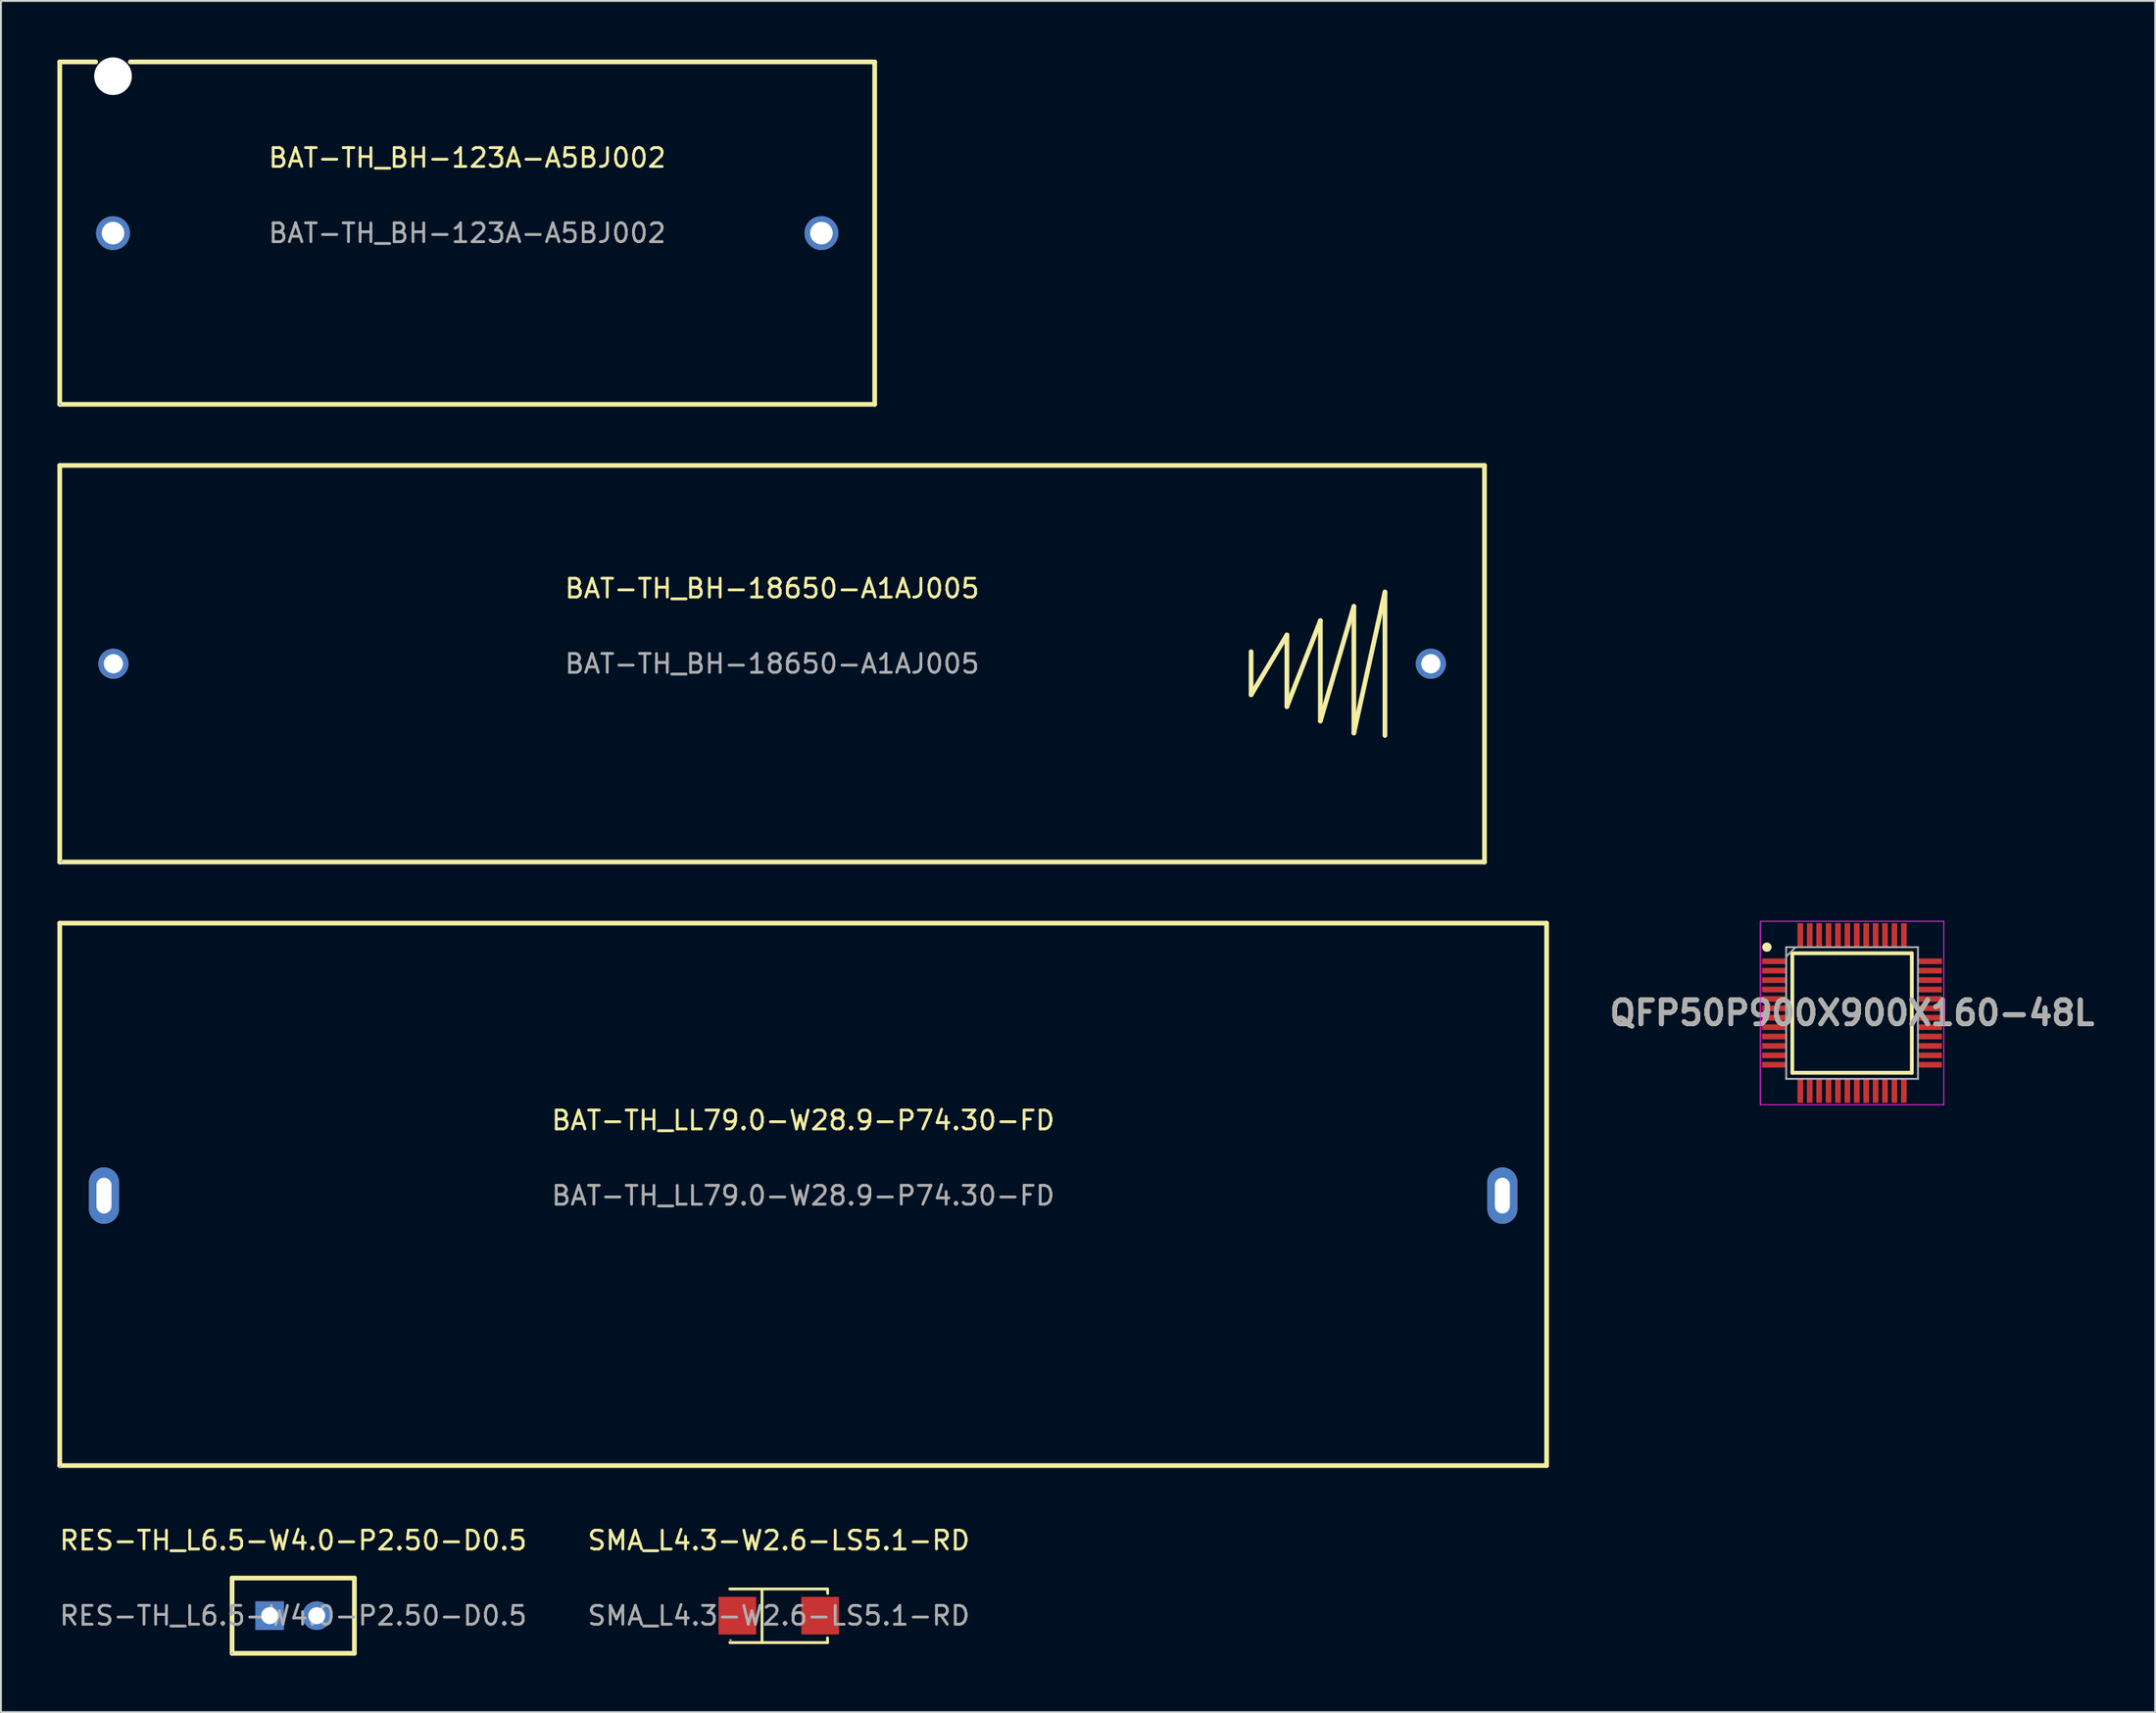
<source format=kicad_pcb>
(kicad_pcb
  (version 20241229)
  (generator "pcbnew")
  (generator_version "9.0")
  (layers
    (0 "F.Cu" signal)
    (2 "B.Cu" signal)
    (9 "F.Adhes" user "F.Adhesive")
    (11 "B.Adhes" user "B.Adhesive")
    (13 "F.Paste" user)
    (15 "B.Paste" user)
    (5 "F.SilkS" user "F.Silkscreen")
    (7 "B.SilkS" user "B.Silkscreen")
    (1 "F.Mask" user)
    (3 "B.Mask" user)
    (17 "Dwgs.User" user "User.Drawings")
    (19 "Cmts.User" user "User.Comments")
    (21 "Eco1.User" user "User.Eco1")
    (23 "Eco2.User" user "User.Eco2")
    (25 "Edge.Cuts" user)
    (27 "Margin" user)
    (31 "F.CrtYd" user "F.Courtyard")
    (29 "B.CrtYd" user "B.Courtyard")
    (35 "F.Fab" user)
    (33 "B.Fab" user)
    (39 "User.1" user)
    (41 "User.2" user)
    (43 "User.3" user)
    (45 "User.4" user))
  (footprint "BAT-TH_LL79.0-W28.9-P74.30-FD"
    (layer "F.Cu")
    (at 39.625 60.5)
    (property "Reference" "BAT-TH_LL79.0-W28.9-P74.30-FD" (at 0 -4 0) (layer "F.SilkS") (effects (font (size 1 1) (thickness 0.15))))
    (attr through_hole)
    (fp_line (start -39.5 -14.48) (end 39.5 -14.48) (stroke (width 0.25) (type solid)) (layer "F.SilkS"))
    (fp_line (start -39.5 14.35) (end -39.5 -14.48) (stroke (width 0.25) (type solid)) (layer "F.SilkS"))
    (fp_line (start 39.5 -14.48) (end 39.5 14.35) (stroke (width 0.25) (type solid)) (layer "F.SilkS"))
    (fp_line (start 39.5 14.35) (end -39.5 14.35) (stroke (width 0.25) (type solid)) (layer "F.SilkS"))
    (fp_circle (center -39.5 14.42) (end -39.47 14.42) (stroke (width 0.06) (type solid)) (fill no) (layer "F.Fab"))
    (fp_text user "${REFERENCE}" (at 0 0 0) (layer "F.Fab") (effects (font (size 1 1) (thickness 0.15))))
    (pad "1" thru_hole oval (at -37.15 0) (size 1.6 3) (drill oval 0.8 1.9) (layers "*.Cu" "*.Mask"))
    (pad "2" thru_hole oval (at 37.15 0) (size 1.6 3) (drill oval 0.8 1.9) (layers "*.Cu" "*.Mask")))
  (footprint "BAT-TH_BH-123A-A5BJ002"
    (layer "F.Cu")
    (at 21.775 9.34)
    (property "Reference" "BAT-TH_BH-123A-A5BJ002" (at 0 -4 0) (layer "F.SilkS") (effects (font (size 1 1) (thickness 0.15))))
    (attr through_hole)
    (fp_line (start -21.65 -9.1) (end -21.65 9.1) (stroke (width 0.25) (type solid)) (layer "F.SilkS"))
    (fp_line (start -21.65 9.1) (end 21.65 9.1) (stroke (width 0.25) (type solid)) (layer "F.SilkS"))
    (fp_line (start -19.74 -9.1) (end -21.65 -9.1) (stroke (width 0.25) (type solid)) (layer "F.SilkS"))
    (fp_line (start 21.65 -9.1) (end -17.9 -9.1) (stroke (width 0.25) (type solid)) (layer "F.SilkS"))
    (fp_line (start 21.65 9.1) (end 21.65 -9.1) (stroke (width 0.25) (type solid)) (layer "F.SilkS"))
    (fp_circle (center -21.64 9.09) (end -21.61 9.09) (stroke (width 0.06) (type solid)) (fill no) (layer "F.Fab"))
    (fp_circle (center -18.82 -8.34) (end -18.47 -8.34) (stroke (width 0.7) (type solid)) (fill no) (layer "User.1"))
    (fp_text user "${REFERENCE}" (at 0 0 0) (layer "F.Fab") (effects (font (size 1 1) (thickness 0.15))))
    (pad "" np_thru_hole circle (at -18.82 -8.34) (size 2 2) (drill 2) (layers "*.Cu" "*.Mask"))
    (pad "1" thru_hole circle (at -18.82 0) (size 1.8 1.8) (drill 1.2) (layers "*.Cu" "*.Mask"))
    (pad "2" thru_hole circle (at 18.82 0) (size 1.8 1.8) (drill 1.2) (layers "*.Cu" "*.Mask")))
  (footprint "QFP50P900X900X160-48L"
    (layer "F.Cu")
    (at 95.355 50.795)
    (property "Reference" "QFP50P900X900X160-48L" (at 0 0 0) (layer "F.SilkS") (effects (font (size 1.27 1.27) (thickness 0.254))))
    (attr smd)
    (fp_line (start -3.175 -3.175) (end 3.175 -3.175) (stroke (width 0.2) (type solid)) (layer "F.SilkS"))
    (fp_line (start -3.175 3.175) (end -3.175 -3.175) (stroke (width 0.2) (type solid)) (layer "F.SilkS"))
    (fp_line (start 3.175 -3.175) (end 3.175 3.175) (stroke (width 0.2) (type solid)) (layer "F.SilkS"))
    (fp_line (start 3.175 3.175) (end -3.175 3.175) (stroke (width 0.2) (type solid)) (layer "F.SilkS"))
    (fp_circle (center -4.525 -3.5) (end -4.525 -3.375) (stroke (width 0.25) (type solid)) (fill no) (layer "F.SilkS"))
    (fp_line (start -4.875 -4.875) (end 4.875 -4.875) (stroke (width 0.05) (type solid)) (layer "F.CrtYd"))
    (fp_line (start -4.875 4.875) (end -4.875 -4.875) (stroke (width 0.05) (type solid)) (layer "F.CrtYd"))
    (fp_line (start 4.875 -4.875) (end 4.875 4.875) (stroke (width 0.05) (type solid)) (layer "F.CrtYd"))
    (fp_line (start 4.875 4.875) (end -4.875 4.875) (stroke (width 0.05) (type solid)) (layer "F.CrtYd"))
    (fp_line (start -3.5 -3.5) (end 3.5 -3.5) (stroke (width 0.1) (type solid)) (layer "F.Fab"))
    (fp_line (start -3.5 -3) (end -3 -3.5) (stroke (width 0.1) (type solid)) (layer "F.Fab"))
    (fp_line (start -3.5 3.5) (end -3.5 -3.5) (stroke (width 0.1) (type solid)) (layer "F.Fab"))
    (fp_line (start 3.5 -3.5) (end 3.5 3.5) (stroke (width 0.1) (type solid)) (layer "F.Fab"))
    (fp_line (start 3.5 3.5) (end -3.5 3.5) (stroke (width 0.1) (type solid)) (layer "F.Fab"))
    (fp_text user "${REFERENCE}" (at 0 0 0) (layer "F.Fab") (effects (font (size 1.27 1.27) (thickness 0.254))))
    (pad "1" smd rect (at -4.15 -2.75 90) (size 0.3 1.25) (layers "F.Cu" "F.Mask" "F.Paste"))
    (pad "2" smd rect (at -4.15 -2.25 90) (size 0.3 1.25) (layers "F.Cu" "F.Mask" "F.Paste"))
    (pad "3" smd rect (at -4.15 -1.75 90) (size 0.3 1.25) (layers "F.Cu" "F.Mask" "F.Paste"))
    (pad "4" smd rect (at -4.15 -1.25 90) (size 0.3 1.25) (layers "F.Cu" "F.Mask" "F.Paste"))
    (pad "5" smd rect (at -4.15 -0.75 90) (size 0.3 1.25) (layers "F.Cu" "F.Mask" "F.Paste"))
    (pad "6" smd rect (at -4.15 -0.25 90) (size 0.3 1.25) (layers "F.Cu" "F.Mask" "F.Paste"))
    (pad "7" smd rect (at -4.15 0.25 90) (size 0.3 1.25) (layers "F.Cu" "F.Mask" "F.Paste"))
    (pad "8" smd rect (at -4.15 0.75 90) (size 0.3 1.25) (layers "F.Cu" "F.Mask" "F.Paste"))
    (pad "9" smd rect (at -4.15 1.25 90) (size 0.3 1.25) (layers "F.Cu" "F.Mask" "F.Paste"))
    (pad "10" smd rect (at -4.15 1.75 90) (size 0.3 1.25) (layers "F.Cu" "F.Mask" "F.Paste"))
    (pad "11" smd rect (at -4.15 2.25 90) (size 0.3 1.25) (layers "F.Cu" "F.Mask" "F.Paste"))
    (pad "12" smd rect (at -4.15 2.75 90) (size 0.3 1.25) (layers "F.Cu" "F.Mask" "F.Paste"))
    (pad "13" smd rect (at -2.75 4.15) (size 0.3 1.25) (layers "F.Cu" "F.Mask" "F.Paste"))
    (pad "14" smd rect (at -2.25 4.15) (size 0.3 1.25) (layers "F.Cu" "F.Mask" "F.Paste"))
    (pad "15" smd rect (at -1.75 4.15) (size 0.3 1.25) (layers "F.Cu" "F.Mask" "F.Paste"))
    (pad "16" smd rect (at -1.25 4.15) (size 0.3 1.25) (layers "F.Cu" "F.Mask" "F.Paste"))
    (pad "17" smd rect (at -0.75 4.15) (size 0.3 1.25) (layers "F.Cu" "F.Mask" "F.Paste"))
    (pad "18" smd rect (at -0.25 4.15) (size 0.3 1.25) (layers "F.Cu" "F.Mask" "F.Paste"))
    (pad "19" smd rect (at 0.25 4.15) (size 0.3 1.25) (layers "F.Cu" "F.Mask" "F.Paste"))
    (pad "20" smd rect (at 0.75 4.15) (size 0.3 1.25) (layers "F.Cu" "F.Mask" "F.Paste"))
    (pad "21" smd rect (at 1.25 4.15) (size 0.3 1.25) (layers "F.Cu" "F.Mask" "F.Paste"))
    (pad "22" smd rect (at 1.75 4.15) (size 0.3 1.25) (layers "F.Cu" "F.Mask" "F.Paste"))
    (pad "23" smd rect (at 2.25 4.15) (size 0.3 1.25) (layers "F.Cu" "F.Mask" "F.Paste"))
    (pad "24" smd rect (at 2.75 4.15) (size 0.3 1.25) (layers "F.Cu" "F.Mask" "F.Paste"))
    (pad "25" smd rect (at 4.15 2.75 90) (size 0.3 1.25) (layers "F.Cu" "F.Mask" "F.Paste"))
    (pad "26" smd rect (at 4.15 2.25 90) (size 0.3 1.25) (layers "F.Cu" "F.Mask" "F.Paste"))
    (pad "27" smd rect (at 4.15 1.75 90) (size 0.3 1.25) (layers "F.Cu" "F.Mask" "F.Paste"))
    (pad "28" smd rect (at 4.15 1.25 90) (size 0.3 1.25) (layers "F.Cu" "F.Mask" "F.Paste"))
    (pad "29" smd rect (at 4.15 0.75 90) (size 0.3 1.25) (layers "F.Cu" "F.Mask" "F.Paste"))
    (pad "30" smd rect (at 4.15 0.25 90) (size 0.3 1.25) (layers "F.Cu" "F.Mask" "F.Paste"))
    (pad "31" smd rect (at 4.15 -0.25 90) (size 0.3 1.25) (layers "F.Cu" "F.Mask" "F.Paste"))
    (pad "32" smd rect (at 4.15 -0.75 90) (size 0.3 1.25) (layers "F.Cu" "F.Mask" "F.Paste"))
    (pad "33" smd rect (at 4.15 -1.25 90) (size 0.3 1.25) (layers "F.Cu" "F.Mask" "F.Paste"))
    (pad "34" smd rect (at 4.15 -1.75 90) (size 0.3 1.25) (layers "F.Cu" "F.Mask" "F.Paste"))
    (pad "35" smd rect (at 4.15 -2.25 90) (size 0.3 1.25) (layers "F.Cu" "F.Mask" "F.Paste"))
    (pad "36" smd rect (at 4.15 -2.75 90) (size 0.3 1.25) (layers "F.Cu" "F.Mask" "F.Paste"))
    (pad "37" smd rect (at 2.75 -4.15) (size 0.3 1.25) (layers "F.Cu" "F.Mask" "F.Paste"))
    (pad "38" smd rect (at 2.25 -4.15) (size 0.3 1.25) (layers "F.Cu" "F.Mask" "F.Paste"))
    (pad "39" smd rect (at 1.75 -4.15) (size 0.3 1.25) (layers "F.Cu" "F.Mask" "F.Paste"))
    (pad "40" smd rect (at 1.25 -4.15) (size 0.3 1.25) (layers "F.Cu" "F.Mask" "F.Paste"))
    (pad "41" smd rect (at 0.75 -4.15) (size 0.3 1.25) (layers "F.Cu" "F.Mask" "F.Paste"))
    (pad "42" smd rect (at 0.25 -4.15) (size 0.3 1.25) (layers "F.Cu" "F.Mask" "F.Paste"))
    (pad "43" smd rect (at -0.25 -4.15) (size 0.3 1.25) (layers "F.Cu" "F.Mask" "F.Paste"))
    (pad "44" smd rect (at -0.75 -4.15) (size 0.3 1.25) (layers "F.Cu" "F.Mask" "F.Paste"))
    (pad "45" smd rect (at -1.25 -4.15) (size 0.3 1.25) (layers "F.Cu" "F.Mask" "F.Paste"))
    (pad "46" smd rect (at -1.75 -4.15) (size 0.3 1.25) (layers "F.Cu" "F.Mask" "F.Paste"))
    (pad "47" smd rect (at -2.25 -4.15) (size 0.3 1.25) (layers "F.Cu" "F.Mask" "F.Paste"))
    (pad "48" smd rect (at -2.75 -4.15) (size 0.3 1.25) (layers "F.Cu" "F.Mask" "F.Paste")))
  (footprint "SMA_L4.3-W2.6-LS5.1-RD"
    (layer "F.Cu")
    (at 38.327 82.828)
    (property "Reference" "SMA_L4.3-W2.6-LS5.1-RD" (at 0 -4 0) (layer "F.SilkS") (effects (font (size 1 1) (thickness 0.15))))
    (attr smd)
    (fp_line (start -2.6 -1.42) (end 2.59 -1.42) (stroke (width 0.15) (type solid)) (layer "F.SilkS"))
    (fp_line (start -2.6 1.43) (end 2.59 1.43) (stroke (width 0.15) (type solid)) (layer "F.SilkS"))
    (fp_line (start -0.89 -1.42) (end -0.89 1.43) (stroke (width 0.15) (type solid)) (layer "F.SilkS"))
    (fp_line (start 2.59 -1.42) (end 2.6 -1.18) (stroke (width 0.15) (type solid)) (layer "F.SilkS"))
    (fp_line (start 2.59 1.18) (end 2.6 1.42) (stroke (width 0.15) (type solid)) (layer "F.SilkS"))
    (fp_circle (center -2.56 1.3) (end -2.53 1.3) (stroke (width 0.06) (type solid)) (fill no) (layer "F.Fab"))
    (fp_text user "${REFERENCE}" (at 0 0 0) (layer "F.Fab") (effects (font (size 1 1) (thickness 0.15))))
    (pad "1" smd rect (at -2.2 0 180) (size 2 2) (layers "F.Cu" "F.Mask" "F.Paste"))
    (pad "2" smd rect (at 2.2 0 180) (size 2 2) (layers "F.Cu" "F.Mask" "F.Paste")))
  (footprint "BAT-TH_BH-18650-A1AJ005"
    (layer "F.Cu")
    (at 37.975 32.23)
    (property "Reference" "BAT-TH_BH-18650-A1AJ005" (at 0 -4 0) (layer "F.SilkS") (effects (font (size 1 1) (thickness 0.15))))
    (attr through_hole)
    (fp_line (start -37.85 -10.54) (end 37.85 -10.54) (stroke (width 0.25) (type solid)) (layer "F.SilkS"))
    (fp_line (start -37.85 10.54) (end -37.85 -10.54) (stroke (width 0.25) (type solid)) (layer "F.SilkS"))
    (fp_line (start 25.45 1.65) (end 25.45 -0.64) (stroke (width 0.25) (type solid)) (layer "F.SilkS"))
    (fp_line (start 27.35 -1.53) (end 25.45 1.65) (stroke (width 0.25) (type solid)) (layer "F.SilkS"))
    (fp_line (start 27.35 2.28) (end 27.35 -1.53) (stroke (width 0.25) (type solid)) (layer "F.SilkS"))
    (fp_line (start 29.13 -2.29) (end 27.35 2.28) (stroke (width 0.25) (type solid)) (layer "F.SilkS"))
    (fp_line (start 29.13 3.04) (end 29.13 -2.29) (stroke (width 0.25) (type solid)) (layer "F.SilkS"))
    (fp_line (start 30.91 -3.05) (end 29.13 3.04) (stroke (width 0.25) (type solid)) (layer "F.SilkS"))
    (fp_line (start 30.91 3.68) (end 30.91 -3.05) (stroke (width 0.25) (type solid)) (layer "F.SilkS"))
    (fp_line (start 32.56 -3.81) (end 30.91 3.68) (stroke (width 0.25) (type solid)) (layer "F.SilkS"))
    (fp_line (start 32.56 3.81) (end 32.56 -3.81) (stroke (width 0.25) (type solid)) (layer "F.SilkS"))
    (fp_line (start 37.85 -10.54) (end 37.85 10.54) (stroke (width 0.25) (type solid)) (layer "F.SilkS"))
    (fp_line (start 37.85 10.54) (end -37.85 10.54) (stroke (width 0.25) (type solid)) (layer "F.SilkS"))
    (fp_circle (center -37.75 10.5) (end -37.72 10.5) (stroke (width 0.06) (type solid)) (fill no) (layer "F.Fab"))
    (fp_text user "${REFERENCE}" (at 0 0 0) (layer "F.Fab") (effects (font (size 1 1) (thickness 0.15))))
    (pad "1" thru_hole circle (at -35 0) (size 1.6 1.6) (drill 1.02) (layers "*.Cu" "*.Mask"))
    (pad "2" thru_hole circle (at 35 0) (size 1.6 1.6) (drill 1.02) (layers "*.Cu" "*.Mask")))
  (footprint "RES-TH_L6.5-W4.0-P2.50-D0.5"
    (layer "F.Cu")
    (at 12.53 82.828)
    (property "Reference" "RES-TH_L6.5-W4.0-P2.50-D0.5" (at 0 -4 0) (layer "F.SilkS") (effects (font (size 1 1) (thickness 0.15))))
    (attr through_hole)
    (fp_line (start -3.25 -2) (end 3.25 -2) (stroke (width 0.25) (type solid)) (layer "F.SilkS"))
    (fp_line (start -3.25 2) (end -3.25 -2) (stroke (width 0.25) (type solid)) (layer "F.SilkS"))
    (fp_line (start 3.25 -2) (end 3.25 2) (stroke (width 0.25) (type solid)) (layer "F.SilkS"))
    (fp_line (start 3.25 2) (end -3.25 2) (stroke (width 0.25) (type solid)) (layer "F.SilkS"))
    (fp_circle (center -3.25 2) (end -3.22 2) (stroke (width 0.06) (type solid)) (fill no) (layer "F.Fab"))
    (fp_circle (center -1.25 0) (end -1.1 0) (stroke (width 0.3) (type solid)) (fill no) (layer "F.Fab"))
    (fp_circle (center 1.25 0) (end 1.4 0) (stroke (width 0.3) (type solid)) (fill no) (layer "F.Fab"))
    (fp_text user "${REFERENCE}" (at 0 0 0) (layer "F.Fab") (effects (font (size 1 1) (thickness 0.15))))
    (pad "1" thru_hole rect (at -1.25 0) (size 1.52 1.52) (drill 0.9) (layers "*.Cu" "*.Mask"))
    (pad "2" thru_hole circle (at 1.25 0) (size 1.52 1.52) (drill 0.9) (layers "*.Cu" "*.Mask")))
  (gr_rect
    (start -3 -3)
    (end 111.46 87.953)
    (stroke (width 0.1) (type default))
    (fill no)
    (layer "Edge.Cuts")))
</source>
